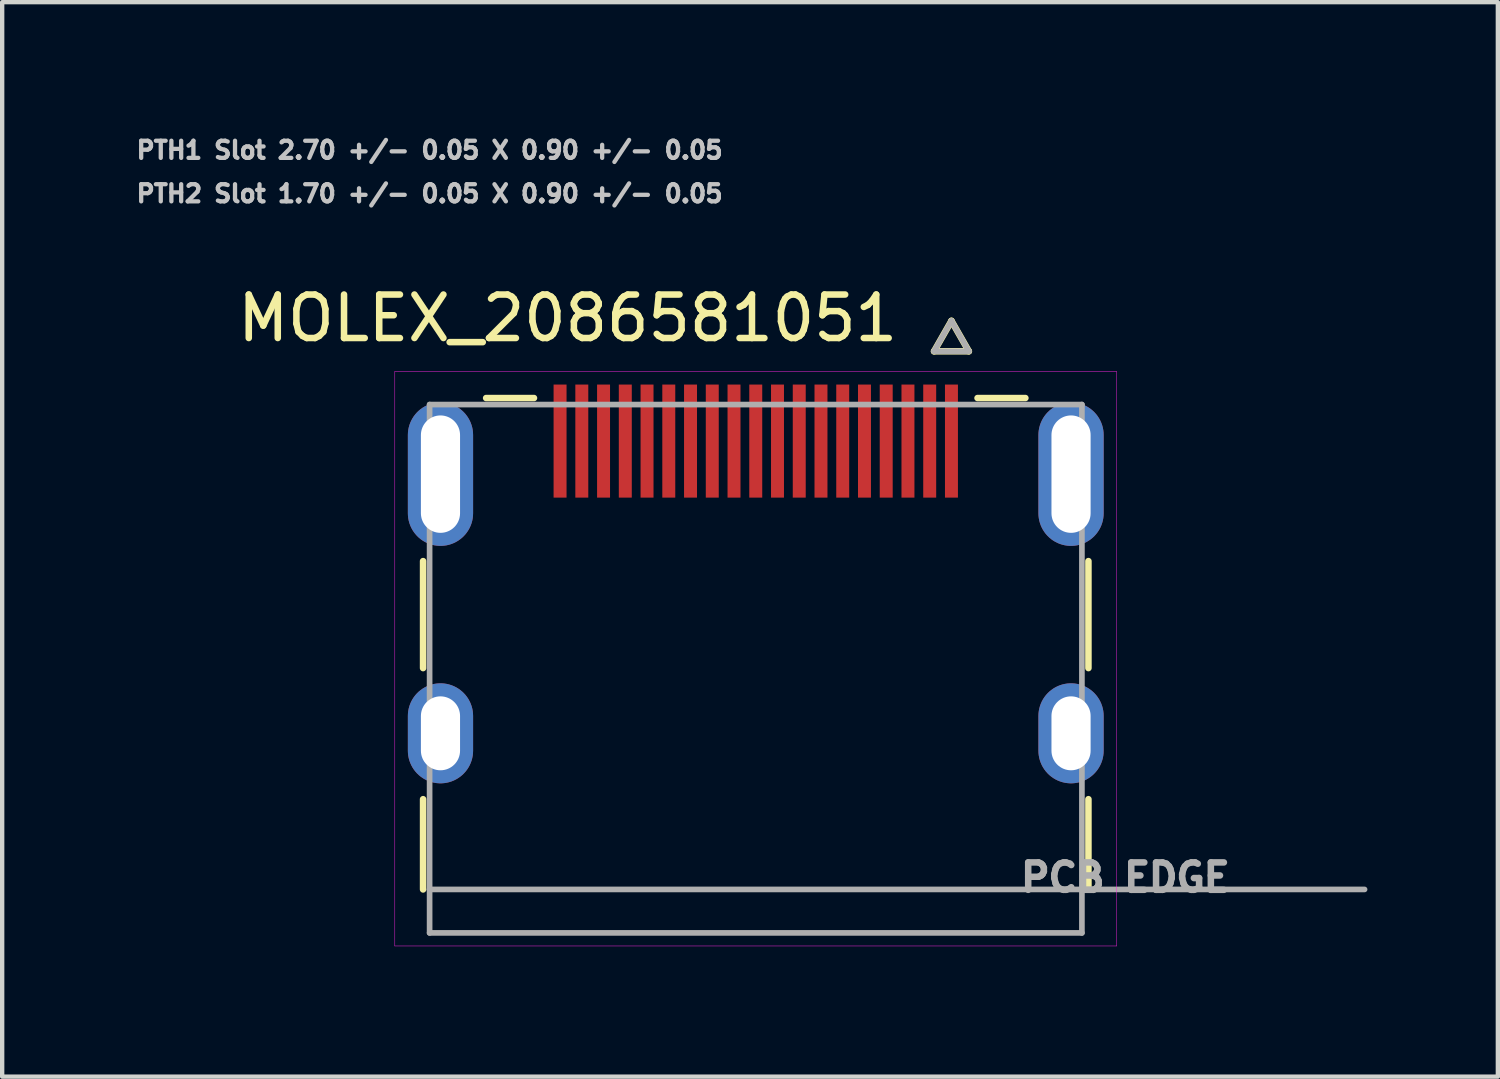
<source format=kicad_pcb>
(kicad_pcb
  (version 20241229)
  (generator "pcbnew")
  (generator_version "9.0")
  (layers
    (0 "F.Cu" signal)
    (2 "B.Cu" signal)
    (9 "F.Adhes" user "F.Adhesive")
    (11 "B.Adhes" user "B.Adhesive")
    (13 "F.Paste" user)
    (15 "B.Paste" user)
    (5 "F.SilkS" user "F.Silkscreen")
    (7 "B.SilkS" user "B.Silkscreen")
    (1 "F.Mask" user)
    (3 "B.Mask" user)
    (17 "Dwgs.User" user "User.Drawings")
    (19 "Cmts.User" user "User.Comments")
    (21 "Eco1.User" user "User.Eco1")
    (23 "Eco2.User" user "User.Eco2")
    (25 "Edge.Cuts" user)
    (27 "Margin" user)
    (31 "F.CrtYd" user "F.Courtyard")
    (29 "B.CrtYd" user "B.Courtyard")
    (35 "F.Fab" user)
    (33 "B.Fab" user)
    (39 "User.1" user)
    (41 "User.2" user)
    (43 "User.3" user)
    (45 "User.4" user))
  (footprint "MOLEX_2086581051"
    (layer "F.Cu")
    (at 14.329 17.403)
    (property "Reference" "MOLEX_2086581051" (at -4.325 -13.135 0) (layer "F.SilkS") (effects (font (size 1 1) (thickness 0.15))))
    (attr smd)
    (fp_poly (pts (xy -4.713 -11.674) (xy -4.287 -11.674) (xy -4.287 -8.947) (xy -4.713 -8.947)) (stroke (width 0.01) (type solid)) (fill yes) (layer "F.Mask"))
    (fp_poly (pts (xy -4.213 -11.674) (xy -3.788 -11.674) (xy -3.788 -8.947) (xy -4.213 -8.947)) (stroke (width 0.01) (type solid)) (fill yes) (layer "F.Mask"))
    (fp_poly (pts (xy -3.712 -11.674) (xy -3.288 -11.674) (xy -3.288 -8.947) (xy -3.712 -8.947)) (stroke (width 0.01) (type solid)) (fill yes) (layer "F.Mask"))
    (fp_poly (pts (xy -3.212 -11.674) (xy -2.788 -11.674) (xy -2.788 -8.947) (xy -3.212 -8.947)) (stroke (width 0.01) (type solid)) (fill yes) (layer "F.Mask"))
    (fp_poly (pts (xy -2.712 -11.674) (xy -2.288 -11.674) (xy -2.288 -8.947) (xy -2.712 -8.947)) (stroke (width 0.01) (type solid)) (fill yes) (layer "F.Mask"))
    (fp_poly (pts (xy -2.212 -11.674) (xy -1.788 -11.674) (xy -1.788 -8.947) (xy -2.212 -8.947)) (stroke (width 0.01) (type solid)) (fill yes) (layer "F.Mask"))
    (fp_poly (pts (xy -1.712 -11.674) (xy -1.288 -11.674) (xy -1.288 -8.947) (xy -1.712 -8.947)) (stroke (width 0.01) (type solid)) (fill yes) (layer "F.Mask"))
    (fp_poly (pts (xy -1.212 -11.674) (xy -0.787 -11.674) (xy -0.787 -8.947) (xy -1.212 -8.947)) (stroke (width 0.01) (type solid)) (fill yes) (layer "F.Mask"))
    (fp_poly (pts (xy -0.713 -11.674) (xy -0.287 -11.674) (xy -0.287 -8.947) (xy -0.713 -8.947)) (stroke (width 0.01) (type solid)) (fill yes) (layer "F.Mask"))
    (fp_poly (pts (xy -0.212 -11.674) (xy 0.212 -11.674) (xy 0.212 -8.947) (xy -0.212 -8.947)) (stroke (width 0.01) (type solid)) (fill yes) (layer "F.Mask"))
    (fp_poly (pts (xy 0.287 -11.674) (xy 0.713 -11.674) (xy 0.713 -8.947) (xy 0.287 -8.947)) (stroke (width 0.01) (type solid)) (fill yes) (layer "F.Mask"))
    (fp_poly (pts (xy 0.787 -11.674) (xy 1.212 -11.674) (xy 1.212 -8.947) (xy 0.787 -8.947)) (stroke (width 0.01) (type solid)) (fill yes) (layer "F.Mask"))
    (fp_poly (pts (xy 1.288 -11.674) (xy 1.712 -11.674) (xy 1.712 -8.947) (xy 1.288 -8.947)) (stroke (width 0.01) (type solid)) (fill yes) (layer "F.Mask"))
    (fp_poly (pts (xy 1.788 -11.674) (xy 2.212 -11.674) (xy 2.212 -8.947) (xy 1.788 -8.947)) (stroke (width 0.01) (type solid)) (fill yes) (layer "F.Mask"))
    (fp_poly (pts (xy 2.288 -11.674) (xy 2.712 -11.674) (xy 2.712 -8.947) (xy 2.288 -8.947)) (stroke (width 0.01) (type solid)) (fill yes) (layer "F.Mask"))
    (fp_poly (pts (xy 2.788 -11.674) (xy 3.212 -11.674) (xy 3.212 -8.947) (xy 2.788 -8.947)) (stroke (width 0.01) (type solid)) (fill yes) (layer "F.Mask"))
    (fp_poly (pts (xy 3.288 -11.674) (xy 3.712 -11.674) (xy 3.712 -8.947) (xy 3.288 -8.947)) (stroke (width 0.01) (type solid)) (fill yes) (layer "F.Mask"))
    (fp_poly (pts (xy 3.788 -11.674) (xy 4.213 -11.674) (xy 4.213 -8.947) (xy 3.788 -8.947)) (stroke (width 0.01) (type solid)) (fill yes) (layer "F.Mask"))
    (fp_poly (pts (xy 4.287 -11.674) (xy 4.713 -11.674) (xy 4.713 -8.947) (xy 4.287 -8.947)) (stroke (width 0.01) (type solid)) (fill yes) (layer "F.Mask"))
    (fp_line (start -7.65 -5.09) (end -7.65 -7.55) (stroke (width 0.15) (type solid)) (layer "F.SilkS"))
    (fp_line (start -7.65 -2.075) (end -7.65 0) (stroke (width 0.15) (type solid)) (layer "F.SilkS"))
    (fp_line (start -6.2 -11.3) (end -5.1 -11.3) (stroke (width 0.15) (type solid)) (layer "F.SilkS"))
    (fp_line (start 4.1 -12.375) (end 4.9 -12.375) (stroke (width 0.15) (type solid)) (layer "F.SilkS"))
    (fp_line (start 4.5 -13.075) (end 4.1 -12.375) (stroke (width 0.15) (type solid)) (layer "F.SilkS"))
    (fp_line (start 4.9 -12.375) (end 4.5 -13.075) (stroke (width 0.15) (type solid)) (layer "F.SilkS"))
    (fp_line (start 5.1 -11.3) (end 6.2 -11.3) (stroke (width 0.15) (type solid)) (layer "F.SilkS"))
    (fp_line (start 7.65 -7.55) (end 7.65 -5.09) (stroke (width 0.15) (type solid)) (layer "F.SilkS"))
    (fp_line (start 7.65 0) (end 7.65 -2.075) (stroke (width 0.15) (type solid)) (layer "F.SilkS"))
    (fp_line (start -8.3 -11.91) (end -8.3 1.3) (stroke (width 0.01) (type solid)) (layer "F.CrtYd"))
    (fp_line (start -8.3 1.3) (end 8.3 1.3) (stroke (width 0.01) (type solid)) (layer "F.CrtYd"))
    (fp_line (start 8.3 -11.91) (end -8.3 -11.91) (stroke (width 0.01) (type solid)) (layer "F.CrtYd"))
    (fp_line (start 8.3 1.3) (end 8.3 -11.91) (stroke (width 0.01) (type solid)) (layer "F.CrtYd"))
    (fp_line (start -7.5 -11.15) (end -7.5 0) (stroke (width 0.13) (type solid)) (layer "F.Fab"))
    (fp_line (start -7.5 0) (end -7.5 1) (stroke (width 0.13) (type solid)) (layer "F.Fab"))
    (fp_line (start -7.5 0) (end 14 0) (stroke (width 0.13) (type solid)) (layer "F.Fab"))
    (fp_line (start -7.5 1) (end 7.5 1) (stroke (width 0.13) (type solid)) (layer "F.Fab"))
    (fp_line (start 4.1 -12.375) (end 4.9 -12.375) (stroke (width 0.13) (type solid)) (layer "F.Fab"))
    (fp_line (start 4.5 -13.075) (end 4.1 -12.375) (stroke (width 0.13) (type solid)) (layer "F.Fab"))
    (fp_line (start 4.9 -12.375) (end 4.5 -13.075) (stroke (width 0.13) (type solid)) (layer "F.Fab"))
    (fp_line (start 7.5 -11.15) (end -7.5 -11.15) (stroke (width 0.13) (type solid)) (layer "F.Fab"))
    (fp_line (start 7.5 1) (end 7.5 -11.15) (stroke (width 0.13) (type solid)) (layer "F.Fab"))
    (fp_text user "PTH1 Slot 2.70 +/- 0.05 X 0.90 +/- 0.05" (at -7.5 -17 0) (layer "Dwgs.User") (effects (font (size 0.394 0.394) (thickness 0.15))))
    (fp_text user "PTH2 Slot 1.70 +/- 0.05 X 0.90 +/- 0.05" (at -7.5 -16 0) (layer "Dwgs.User") (effects (font (size 0.394 0.394) (thickness 0.15))))
    (fp_text user "PCB EDGE" (at 8.5 -0.275 0) (layer "F.Fab") (effects (font (size 0.63 0.63) (thickness 0.15))))
    (pad "1" smd rect (at 4.5 -10.31) (size 0.298 2.6) (layers "F.Cu" "F.Paste"))
    (pad "2" smd rect (at 4 -10.31) (size 0.298 2.6) (layers "F.Cu" "F.Paste"))
    (pad "3" smd rect (at 3.5 -10.31) (size 0.298 2.6) (layers "F.Cu" "F.Paste"))
    (pad "4" smd rect (at 3 -10.31) (size 0.298 2.6) (layers "F.Cu" "F.Paste"))
    (pad "5" smd rect (at 2.5 -10.31) (size 0.298 2.6) (layers "F.Cu" "F.Paste"))
    (pad "6" smd rect (at 2 -10.31) (size 0.298 2.6) (layers "F.Cu" "F.Paste"))
    (pad "7" smd rect (at 1.5 -10.31) (size 0.298 2.6) (layers "F.Cu" "F.Paste"))
    (pad "8" smd rect (at 1 -10.31) (size 0.298 2.6) (layers "F.Cu" "F.Paste"))
    (pad "9" smd rect (at 0.5 -10.31) (size 0.298 2.6) (layers "F.Cu" "F.Paste"))
    (pad "10" smd rect (at 0 -10.31) (size 0.298 2.6) (layers "F.Cu" "F.Paste"))
    (pad "11" smd rect (at -0.5 -10.31) (size 0.298 2.6) (layers "F.Cu" "F.Paste"))
    (pad "12" smd rect (at -1 -10.31) (size 0.298 2.6) (layers "F.Cu" "F.Paste"))
    (pad "13" smd rect (at -1.5 -10.31) (size 0.298 2.6) (layers "F.Cu" "F.Paste"))
    (pad "14" smd rect (at -2 -10.31) (size 0.298 2.6) (layers "F.Cu" "F.Paste"))
    (pad "15" smd rect (at -2.5 -10.31) (size 0.298 2.6) (layers "F.Cu" "F.Paste"))
    (pad "16" smd rect (at -3 -10.31) (size 0.298 2.6) (layers "F.Cu" "F.Paste"))
    (pad "17" smd rect (at -3.5 -10.31) (size 0.298 2.6) (layers "F.Cu" "F.Paste"))
    (pad "18" smd rect (at -4 -10.31) (size 0.298 2.6) (layers "F.Cu" "F.Paste"))
    (pad "19" smd rect (at -4.5 -10.31) (size 0.298 2.6) (layers "F.Cu" "F.Paste"))
    (pad "SH1" thru_hole oval (at 7.25 -9.55) (size 1.5 3.3) (drill oval 0.9 2.7) (layers "*.Cu" "*.Mask"))
    (pad "SH2" thru_hole oval (at -7.25 -9.55) (size 1.5 3.3) (drill oval 0.9 2.7) (layers "*.Cu" "*.Mask"))
    (pad "SH3" thru_hole oval (at 7.25 -3.59) (size 1.5 2.3) (drill oval 0.9 1.7) (layers "*.Cu" "*.Mask"))
    (pad "SH4" thru_hole oval (at -7.25 -3.59) (size 1.5 2.3) (drill oval 0.9 1.7) (layers "*.Cu" "*.Mask")))
  (gr_rect
    (start -3 -3)
    (end 31.394 21.708)
    (stroke (width 0.1) (type default))
    (fill no)
    (layer "Edge.Cuts")))
</source>
